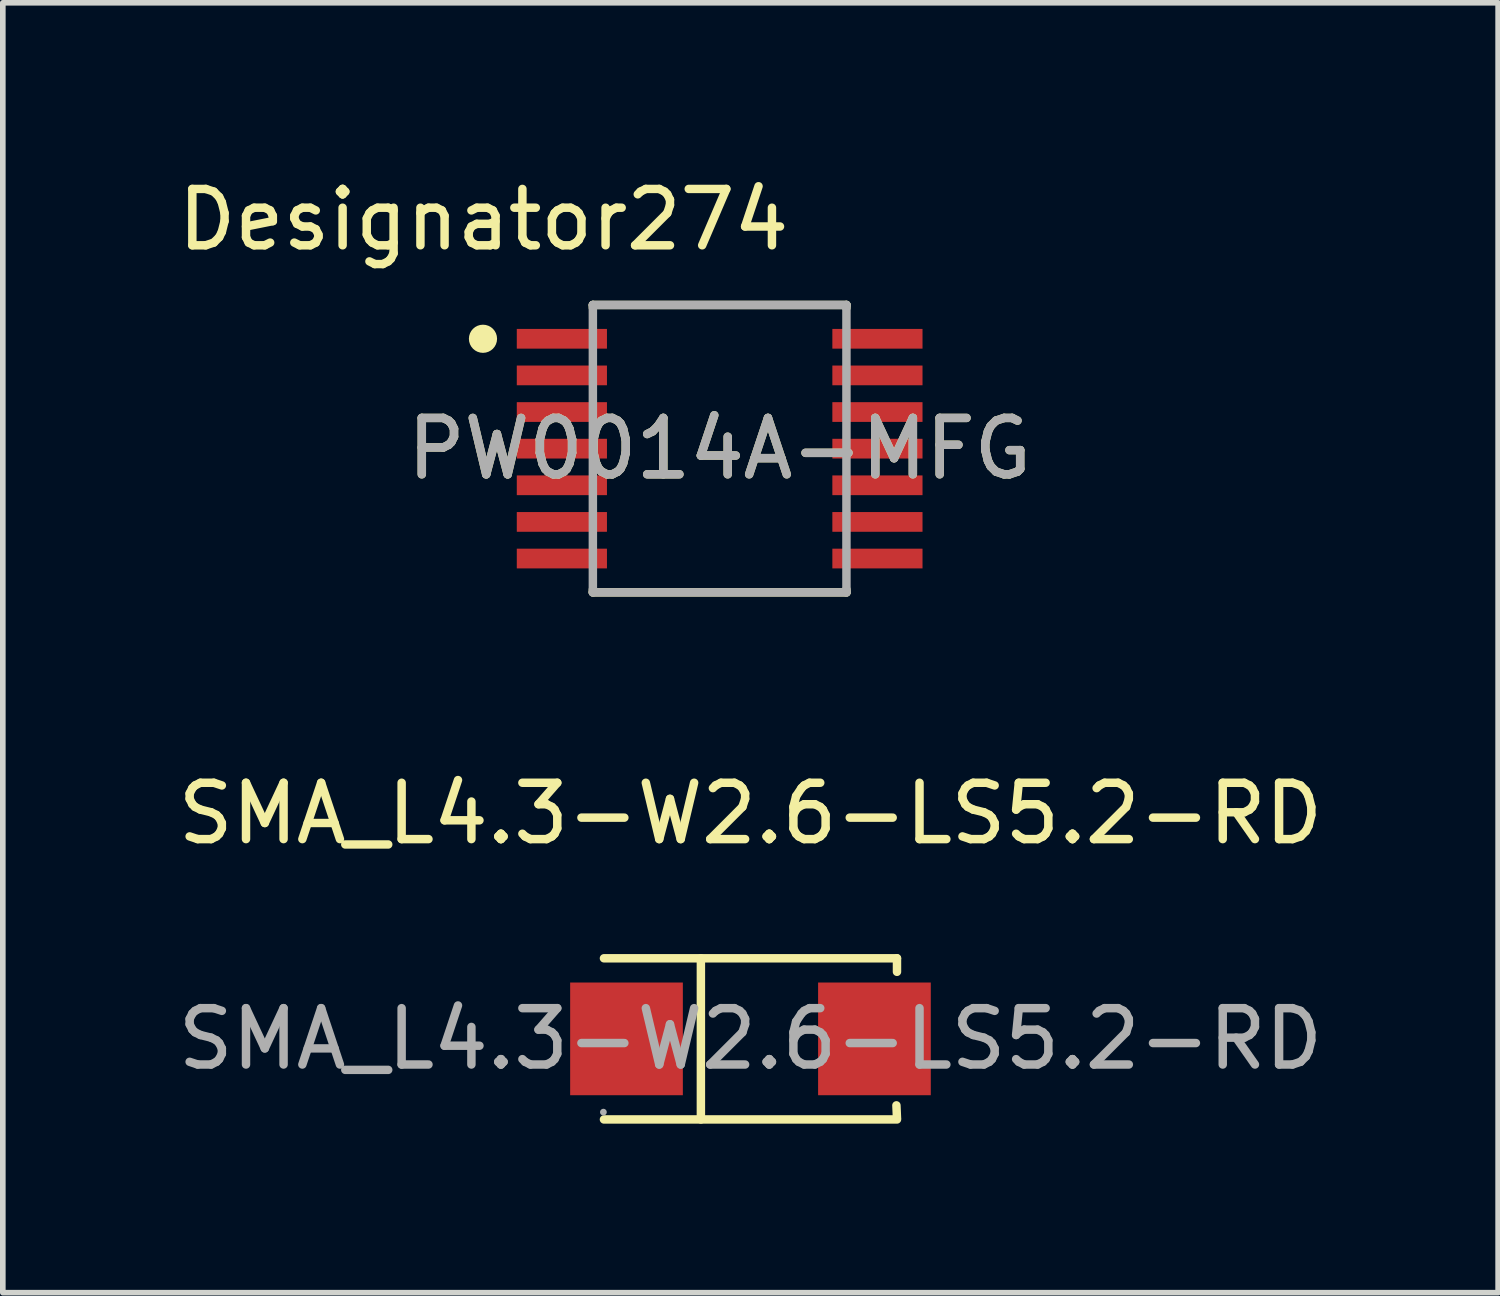
<source format=kicad_pcb>
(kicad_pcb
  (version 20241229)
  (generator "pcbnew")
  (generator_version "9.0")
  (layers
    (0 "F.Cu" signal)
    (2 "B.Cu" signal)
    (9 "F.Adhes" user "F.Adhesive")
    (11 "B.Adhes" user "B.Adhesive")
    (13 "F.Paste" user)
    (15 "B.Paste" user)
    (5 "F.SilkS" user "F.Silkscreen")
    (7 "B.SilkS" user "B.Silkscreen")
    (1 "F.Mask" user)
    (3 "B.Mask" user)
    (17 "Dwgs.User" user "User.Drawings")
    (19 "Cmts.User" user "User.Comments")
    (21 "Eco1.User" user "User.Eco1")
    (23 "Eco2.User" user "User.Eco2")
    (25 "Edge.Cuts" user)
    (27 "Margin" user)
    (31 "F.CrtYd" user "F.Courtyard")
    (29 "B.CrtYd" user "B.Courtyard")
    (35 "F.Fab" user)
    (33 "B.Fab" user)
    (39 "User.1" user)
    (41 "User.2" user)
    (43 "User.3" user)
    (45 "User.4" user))
  (footprint "SMA_L4.3-W2.6-LS5.2-RD"
    (layer "F.Cu")
    (at 10.268 15.386)
    (property "Reference" "SMA_L4.3-W2.6-LS5.2-RD" (at 0 -4 0) (layer "F.SilkS") (effects (font (size 1 1) (thickness 0.15))))
    (attr through_hole)
    (fp_line (start -2.6 -1.43) (end 2.6 -1.43) (stroke (width 0.15) (type solid)) (layer "F.SilkS"))
    (fp_line (start -2.6 1.43) (end 2.6 1.43) (stroke (width 0.15) (type solid)) (layer "F.SilkS"))
    (fp_line (start -0.88 -1.43) (end -0.88 1.43) (stroke (width 0.15) (type solid)) (layer "F.SilkS"))
    (fp_line (start 2.59 1.18) (end 2.6 1.41) (stroke (width 0.15) (type solid)) (layer "F.SilkS"))
    (fp_line (start 2.6 -1.43) (end 2.6 -1.19) (stroke (width 0.15) (type solid)) (layer "F.SilkS"))
    (fp_circle (center -2.61 1.3) (end -2.58 1.3) (stroke (width 0.06) (type solid)) (fill no) (layer "F.Fab"))
    (fp_text user "${REFERENCE}" (at 0 0 0) (layer "F.Fab") (effects (font (size 1 1) (thickness 0.15))))
    (pad "1" smd rect (at -2.2 0 180) (size 2 2) (layers "F.Cu" "F.Mask" "F.Paste"))
    (pad "2" smd rect (at 2.2 0 180) (size 2 2) (layers "F.Cu" "F.Mask" "F.Paste")))
  (footprint "PW0014A-MFG"
    (layer "F.Cu")
    (at 9.721 4.912)
    (property "Reference" "PW0014A-MFG" (at 0 0 0) (unlocked yes) (layer "F.SilkS") (effects (font (size 1 1) (thickness 0.15))))
    (attr smd)
    (fp_line (start -2.25 -2.55) (end 2.25 -2.55) (stroke (width 0.15) (type solid)) (layer "F.SilkS"))
    (fp_line (start -2.25 -2.5) (end -2.25 -2.55) (stroke (width 0.15) (type solid)) (layer "F.SilkS"))
    (fp_line (start -2.25 2.55) (end -2.25 2.5) (stroke (width 0.15) (type solid)) (layer "F.SilkS"))
    (fp_line (start -2.25 2.55) (end 2.25 2.55) (stroke (width 0.15) (type solid)) (layer "F.SilkS"))
    (fp_line (start 2.25 -2.5) (end 2.25 -2.55) (stroke (width 0.15) (type solid)) (layer "F.SilkS"))
    (fp_line (start 2.25 2.55) (end 2.25 2.5) (stroke (width 0.15) (type solid)) (layer "F.SilkS"))
    (fp_circle (center -4.2 -1.95) (end -4.075 -1.95) (stroke (width 0.25) (type solid)) (fill no) (layer "F.SilkS"))
    (fp_poly (pts (xy -3.575 0.75) (xy -3.575 0.55) (xy -3.525 0.5) (xy -2.075 0.5) (xy -2.025 0.55) (xy -2.025 0.75) (xy -2.075 0.8) (xy -3.525 0.8)) (stroke (width 0) (type solid)) (fill yes) (layer "F.Paste"))
    (fp_poly (pts (xy -3.575 2.05) (xy -3.575 1.85) (xy -3.525 1.8) (xy -2.075 1.8) (xy -2.025 1.85) (xy -2.025 2.05) (xy -2.075 2.1) (xy -3.525 2.1)) (stroke (width 0) (type solid)) (fill yes) (layer "F.Paste"))
    (fp_poly (pts (xy -3.525 -0.5) (xy -3.575 -0.55) (xy -3.575 -0.75) (xy -3.525 -0.8) (xy -2.075 -0.8) (xy -2.025 -0.75) (xy -2.025 -0.55) (xy -2.075 -0.5)) (stroke (width 0) (type solid)) (fill yes) (layer "F.Paste"))
    (fp_poly (pts (xy -2.075 -1.15) (xy -3.525 -1.15) (xy -3.575 -1.2) (xy -3.575 -1.4) (xy -3.525 -1.45) (xy -2.075 -1.45) (xy -2.025 -1.4) (xy -2.025 -1.2)) (stroke (width 0) (type solid)) (fill yes) (layer "F.Paste"))
    (fp_poly (pts (xy -2.025 -1.85) (xy -2.075 -1.8) (xy -3.525 -1.8) (xy -3.575 -1.85) (xy -3.575 -2.05) (xy -3.525 -2.1) (xy -2.075 -2.1) (xy -2.025 -2.05)) (stroke (width 0) (type solid)) (fill yes) (layer "F.Paste"))
    (fp_poly (pts (xy -2.025 -0.1) (xy -2.025 0.1) (xy -2.075 0.15) (xy -3.525 0.15) (xy -3.575 0.1) (xy -3.575 -0.1) (xy -3.525 -0.15) (xy -2.075 -0.15)) (stroke (width 0) (type solid)) (fill yes) (layer "F.Paste"))
    (fp_poly (pts (xy -2.025 1.2) (xy -2.025 1.4) (xy -2.075 1.45) (xy -3.525 1.45) (xy -3.575 1.4) (xy -3.575 1.2) (xy -3.525 1.15) (xy -2.075 1.15)) (stroke (width 0) (type solid)) (fill yes) (layer "F.Paste"))
    (fp_poly (pts (xy 2.025 -1.85) (xy 2.025 -2.05) (xy 2.075 -2.1) (xy 3.525 -2.1) (xy 3.575 -2.05) (xy 3.575 -1.85) (xy 3.525 -1.8) (xy 2.075 -1.8)) (stroke (width 0) (type solid)) (fill yes) (layer "F.Paste"))
    (fp_poly (pts (xy 2.025 -0.75) (xy 2.075 -0.8) (xy 3.525 -0.8) (xy 3.575 -0.75) (xy 3.575 -0.55) (xy 3.525 -0.5) (xy 2.075 -0.5) (xy 2.025 -0.55)) (stroke (width 0) (type solid)) (fill yes) (layer "F.Paste"))
    (fp_poly (pts (xy 2.025 1.2) (xy 2.075 1.15) (xy 3.525 1.15) (xy 3.575 1.2) (xy 3.575 1.4) (xy 3.525 1.45) (xy 2.075 1.45) (xy 2.025 1.4)) (stroke (width 0) (type solid)) (fill yes) (layer "F.Paste"))
    (fp_poly (pts (xy 2.025 2.05) (xy 2.025 1.85) (xy 2.075 1.8) (xy 3.525 1.8) (xy 3.575 1.85) (xy 3.575 2.05) (xy 3.525 2.1) (xy 2.075 2.1)) (stroke (width 0) (type solid)) (fill yes) (layer "F.Paste"))
    (fp_poly (pts (xy 2.075 0.15) (xy 2.025 0.1) (xy 2.025 -0.1) (xy 2.075 -0.15) (xy 3.525 -0.15) (xy 3.575 -0.1) (xy 3.575 0.1) (xy 3.525 0.15)) (stroke (width 0) (type solid)) (fill yes) (layer "F.Paste"))
    (fp_poly (pts (xy 3.525 -1.15) (xy 2.075 -1.15) (xy 2.025 -1.2) (xy 2.025 -1.4) (xy 2.075 -1.45) (xy 3.525 -1.45) (xy 3.575 -1.4) (xy 3.575 -1.2)) (stroke (width 0) (type solid)) (fill yes) (layer "F.Paste"))
    (fp_poly (pts (xy 3.575 0.55) (xy 3.575 0.75) (xy 3.525 0.8) (xy 2.075 0.8) (xy 2.025 0.75) (xy 2.025 0.55) (xy 2.075 0.5) (xy 3.525 0.5)) (stroke (width 0) (type solid)) (fill yes) (layer "F.Paste"))
    (fp_line (start -2.25 -2.55) (end 2.25 -2.55) (stroke (width 0.15) (type solid)) (layer "F.Fab"))
    (fp_line (start -2.25 2.55) (end -2.25 -2.55) (stroke (width 0.15) (type solid)) (layer "F.Fab"))
    (fp_line (start -2.25 2.55) (end 2.25 2.55) (stroke (width 0.15) (type solid)) (layer "F.Fab"))
    (fp_line (start 2.25 2.55) (end 2.25 -2.55) (stroke (width 0.15) (type solid)) (layer "F.Fab"))
    (fp_text user "Designator274" (at -4.191 -4.064 0) (unlocked yes) (layer "F.SilkS") (effects (font (size 1 1) (thickness 0.15))))
    (fp_text user "${REFERENCE}" (at 0 0 0) (unlocked yes) (layer "F.Fab") (effects (font (size 1 1) (thickness 0.15))))
    (pad "1" smd rect (at -2.8 -1.95) (size 1.6 0.35) (layers "F.Cu" "F.Mask"))
    (pad "2" smd rect (at -2.8 -1.3) (size 1.6 0.35) (layers "F.Cu" "F.Mask"))
    (pad "3" smd rect (at -2.8 -0.65) (size 1.6 0.35) (layers "F.Cu" "F.Mask"))
    (pad "4" smd rect (at -2.8 0) (size 1.6 0.35) (layers "F.Cu" "F.Mask"))
    (pad "5" smd rect (at -2.8 0.65) (size 1.6 0.35) (layers "F.Cu" "F.Mask"))
    (pad "6" smd rect (at -2.8 1.3) (size 1.6 0.35) (layers "F.Cu" "F.Mask"))
    (pad "7" smd rect (at -2.8 1.95) (size 1.6 0.35) (layers "F.Cu" "F.Mask"))
    (pad "8" smd rect (at 2.8 1.95) (size 1.6 0.35) (layers "F.Cu" "F.Mask"))
    (pad "9" smd rect (at 2.8 1.3) (size 1.6 0.35) (layers "F.Cu" "F.Mask"))
    (pad "10" smd rect (at 2.8 0.65) (size 1.6 0.35) (layers "F.Cu" "F.Mask"))
    (pad "11" smd rect (at 2.8 0) (size 1.6 0.35) (layers "F.Cu" "F.Mask"))
    (pad "12" smd rect (at 2.8 -0.65) (size 1.6 0.35) (layers "F.Cu" "F.Mask"))
    (pad "13" smd rect (at 2.8 -1.3) (size 1.6 0.35) (layers "F.Cu" "F.Mask"))
    (pad "14" smd rect (at 2.8 -1.95) (size 1.6 0.35) (layers "F.Cu" "F.Mask")))
  (gr_rect
    (start -3 -3)
    (end 23.536 19.89)
    (stroke (width 0.1) (type default))
    (fill no)
    (layer "Edge.Cuts")))
</source>
